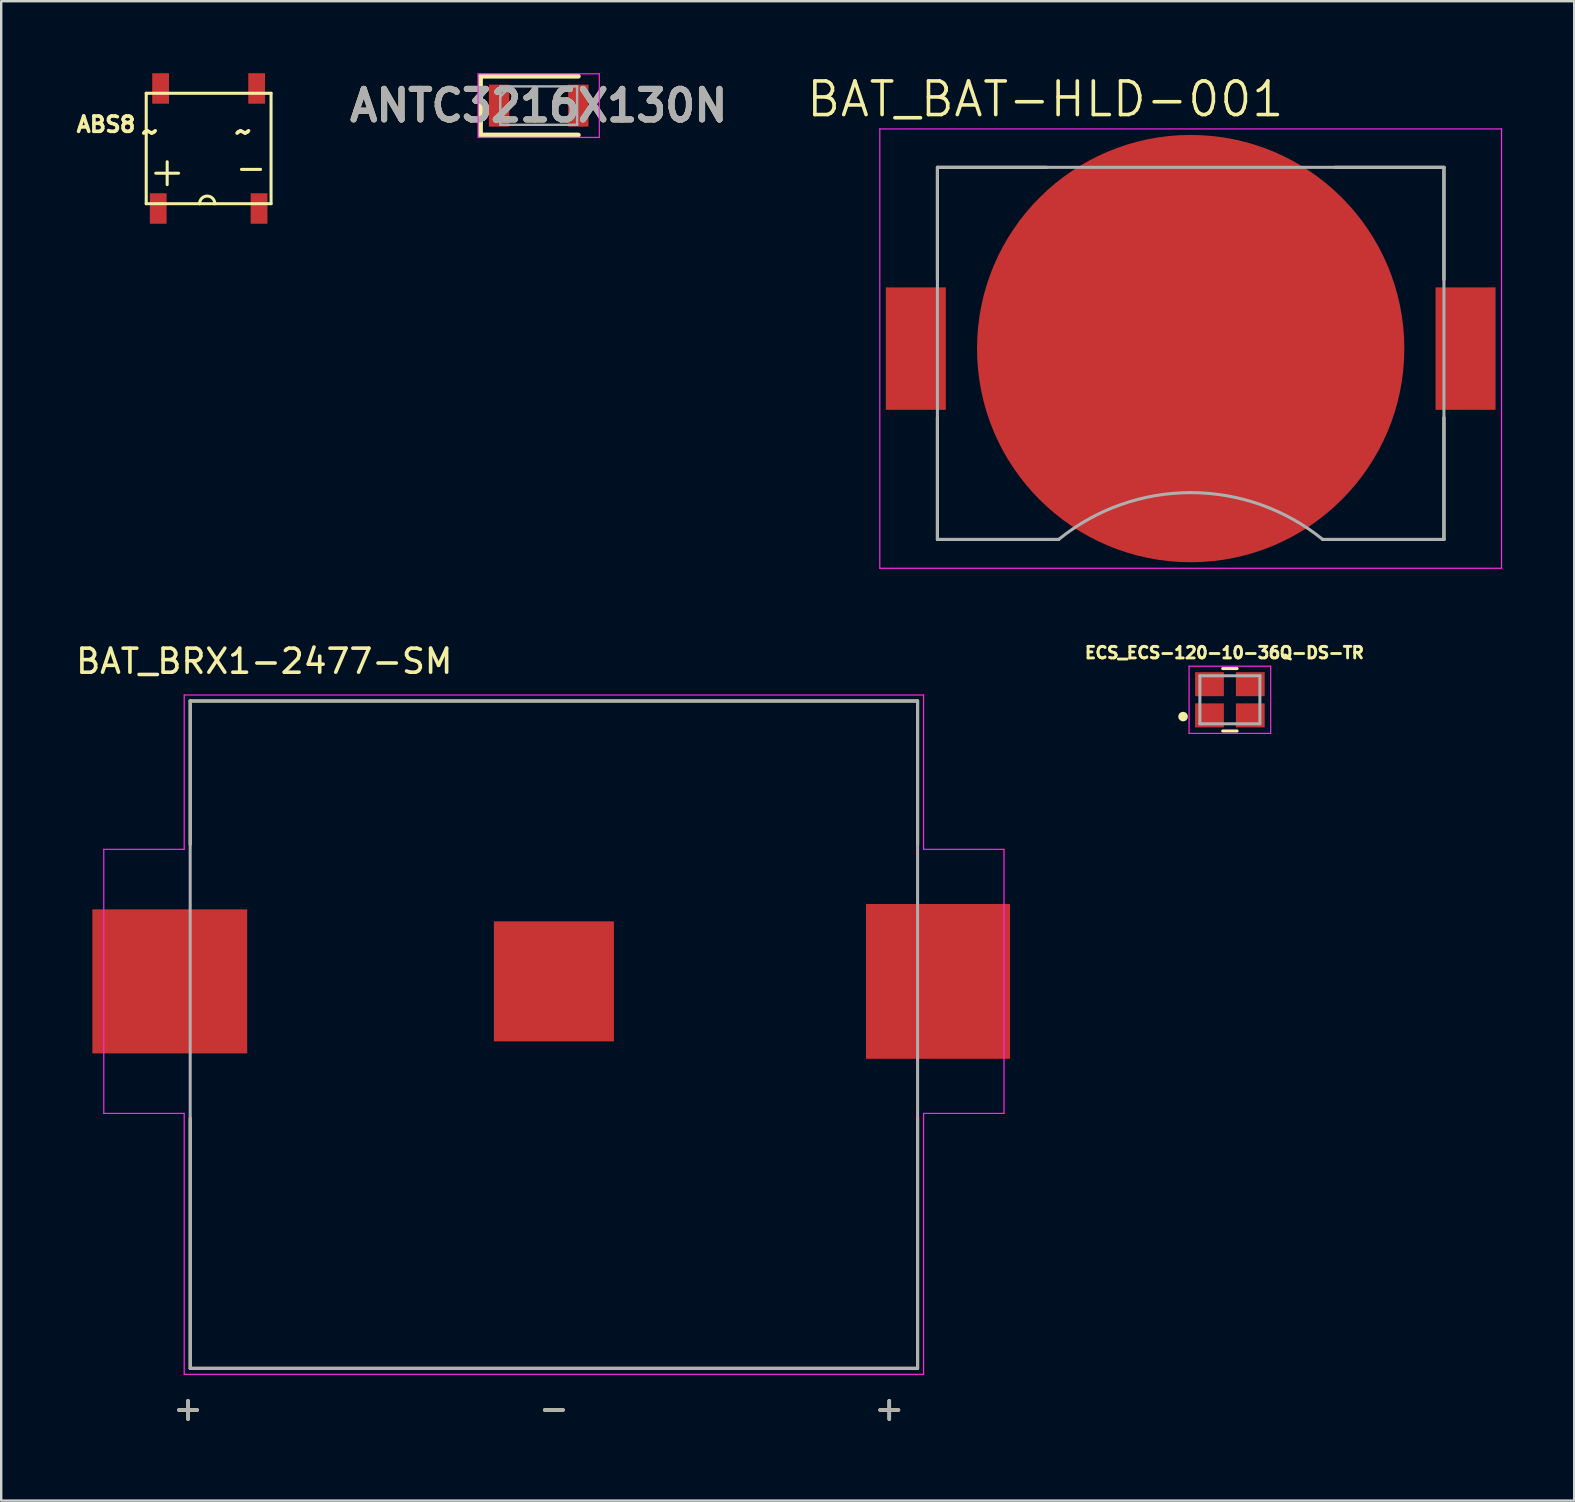
<source format=kicad_pcb>
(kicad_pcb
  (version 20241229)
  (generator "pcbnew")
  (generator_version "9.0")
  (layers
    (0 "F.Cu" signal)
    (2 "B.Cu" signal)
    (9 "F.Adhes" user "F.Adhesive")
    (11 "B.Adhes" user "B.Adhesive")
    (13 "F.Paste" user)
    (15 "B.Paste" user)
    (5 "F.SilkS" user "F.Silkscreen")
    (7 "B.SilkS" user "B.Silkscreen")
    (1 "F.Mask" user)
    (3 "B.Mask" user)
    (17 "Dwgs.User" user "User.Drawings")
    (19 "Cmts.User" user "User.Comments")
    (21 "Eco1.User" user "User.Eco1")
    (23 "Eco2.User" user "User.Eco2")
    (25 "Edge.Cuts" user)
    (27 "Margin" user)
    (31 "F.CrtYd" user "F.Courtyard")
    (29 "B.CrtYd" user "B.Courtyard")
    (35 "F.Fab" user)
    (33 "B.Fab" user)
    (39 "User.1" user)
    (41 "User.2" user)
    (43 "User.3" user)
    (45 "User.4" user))
  (footprint "ANTC3216X130N"
    (layer "F.Cu")
    (at 19.39 1.35)
    (property "Reference" "ANTC3216X130N" (at 0 0 0) (layer "F.SilkS") (effects (font (size 1.27 1.27) (thickness 0.254))))
    (attr smd)
    (fp_line (start -2.425 -1.225) (end -2.425 1.225) (stroke (width 0.2) (type solid)) (layer "F.SilkS"))
    (fp_line (start -2.425 1.225) (end 1.65 1.225) (stroke (width 0.2) (type solid)) (layer "F.SilkS"))
    (fp_line (start 1.65 -1.225) (end -2.425 -1.225) (stroke (width 0.2) (type solid)) (layer "F.SilkS"))
    (fp_line (start -2.525 -1.325) (end 2.525 -1.325) (stroke (width 0.05) (type solid)) (layer "F.CrtYd"))
    (fp_line (start -2.525 1.325) (end -2.525 -1.325) (stroke (width 0.05) (type solid)) (layer "F.CrtYd"))
    (fp_line (start 2.525 -1.325) (end 2.525 1.325) (stroke (width 0.05) (type solid)) (layer "F.CrtYd"))
    (fp_line (start 2.525 1.325) (end -2.525 1.325) (stroke (width 0.05) (type solid)) (layer "F.CrtYd"))
    (fp_line (start -1.6 -0.8) (end 1.6 -0.8) (stroke (width 0.1) (type solid)) (layer "F.Fab"))
    (fp_line (start -1.6 -0.375) (end -1.175 -0.8) (stroke (width 0.1) (type solid)) (layer "F.Fab"))
    (fp_line (start -1.6 0.8) (end -1.6 -0.8) (stroke (width 0.1) (type solid)) (layer "F.Fab"))
    (fp_line (start 1.6 -0.8) (end 1.6 0.8) (stroke (width 0.1) (type solid)) (layer "F.Fab"))
    (fp_line (start 1.6 0.8) (end -1.6 0.8) (stroke (width 0.1) (type solid)) (layer "F.Fab"))
    (fp_text user "${REFERENCE}" (at 0 0 0) (layer "F.Fab") (effects (font (size 1.27 1.27) (thickness 0.254))))
    (pad "1" smd rect (at -1.65 0) (size 0.85 1.75) (layers "F.Cu" "F.Mask" "F.Paste"))
    (pad "2" smd rect (at 1.65 0) (size 0.85 1.75) (layers "F.Cu" "F.Mask" "F.Paste")))
  (footprint "ABS8"
    (layer "F.Cu")
    (at 5.581 2.895)
    (property "Reference" "ABS8" (at -4.216 -0.762 180) (layer "F.SilkS") (effects (font (size 0.64 0.64) (thickness 0.15))))
    (attr smd)
    (fp_line (start -2.54 -2.06) (end 2.66 -2.06) (stroke (width 0.127) (type solid)) (layer "F.SilkS"))
    (fp_line (start -2.54 2.54) (end -2.54 -2.06) (stroke (width 0.127) (type solid)) (layer "F.SilkS"))
    (fp_line (start -2.143 1.27) (end -1.191 1.27) (stroke (width 0.127) (type solid)) (layer "F.SilkS"))
    (fp_line (start -1.667 0.794) (end -1.667 1.746) (stroke (width 0.127) (type solid)) (layer "F.SilkS"))
    (fp_line (start -0.318 2.54) (end -2.54 2.54) (stroke (width 0.127) (type solid)) (layer "F.SilkS"))
    (fp_line (start 0.318 2.54) (end -0.318 2.54) (stroke (width 0.127) (type solid)) (layer "F.SilkS"))
    (fp_line (start 1.429 1.111) (end 2.223 1.111) (stroke (width 0.127) (type solid)) (layer "F.SilkS"))
    (fp_line (start 2.66 -2.06) (end 2.66 2.54) (stroke (width 0.127) (type solid)) (layer "F.SilkS"))
    (fp_line (start 2.66 2.54) (end 0.318 2.54) (stroke (width 0.127) (type solid)) (layer "F.SilkS"))
    (fp_arc (start -0.3175 2.54) (mid 0 2.2225) (end 0.3175 2.54) (stroke (width 0.127) (type solid)) (layer "F.SilkS"))
    (fp_text user "~" (at 1.508 -0.476 0) (layer "F.SilkS") (effects (font (size 1 1) (thickness 0.15))))
    (fp_text user "~" (at -2.381 -0.476 0) (layer "F.SilkS") (effects (font (size 1 1) (thickness 0.15))))
    (pad "1" smd rect (at -2.04 2.74) (size 0.7 1.27) (layers "F.Cu" "F.Mask" "F.Paste"))
    (pad "2" smd rect (at -1.94 -2.26) (size 0.7 1.27) (layers "F.Cu" "F.Mask" "F.Paste"))
    (pad "3" smd rect (at 2.06 -2.26) (size 0.7 1.27) (layers "F.Cu" "F.Mask" "F.Paste"))
    (pad "4" smd rect (at 2.16 2.74) (size 0.7 1.27) (layers "F.Cu" "F.Mask" "F.Paste")))
  (footprint "ECS_ECS-120-10-36Q-DS-TR"
    (layer "F.Cu")
    (at 48.182 26.1)
    (property "Reference" "ECS_ECS-120-10-36Q-DS-TR" (at -0.227 -1.96 0) (layer "F.SilkS") (effects (font (size 0.481 0.481) (thickness 0.15))))
    (attr smd)
    (fp_line (start -0.3 -1.3) (end 0.3 -1.3) (stroke (width 0.127) (type solid)) (layer "F.SilkS"))
    (fp_line (start -0.3 1.3) (end 0.3 1.3) (stroke (width 0.127) (type solid)) (layer "F.SilkS"))
    (fp_circle (center -1.95 0.7) (end -1.85 0.7) (stroke (width 0.2) (type solid)) (fill no) (layer "F.SilkS"))
    (fp_line (start -1.7 -1.4) (end -1.7 1.4) (stroke (width 0.05) (type solid)) (layer "F.CrtYd"))
    (fp_line (start -1.7 1.4) (end 1.7 1.4) (stroke (width 0.05) (type solid)) (layer "F.CrtYd"))
    (fp_line (start 1.7 -1.4) (end -1.7 -1.4) (stroke (width 0.05) (type solid)) (layer "F.CrtYd"))
    (fp_line (start 1.7 1.4) (end 1.7 -1.4) (stroke (width 0.05) (type solid)) (layer "F.CrtYd"))
    (fp_line (start -1.25 -1) (end -1.25 1) (stroke (width 0.127) (type solid)) (layer "F.Fab"))
    (fp_line (start -1.25 1) (end 1.25 1) (stroke (width 0.127) (type solid)) (layer "F.Fab"))
    (fp_line (start 1.25 -1) (end -1.25 -1) (stroke (width 0.127) (type solid)) (layer "F.Fab"))
    (fp_line (start 1.25 1) (end 1.25 -1) (stroke (width 0.127) (type solid)) (layer "F.Fab"))
    (pad "1" smd rect (at -0.85 0.65) (size 1.2 1) (layers "F.Cu" "F.Mask" "F.Paste"))
    (pad "2" smd rect (at 0.85 0.65) (size 1.2 1) (layers "F.Cu" "F.Mask" "F.Paste"))
    (pad "3" smd rect (at 0.85 -0.65) (size 1.2 1) (layers "F.Cu" "F.Mask" "F.Paste"))
    (pad "4" smd rect (at -0.85 -0.65) (size 1.2 1) (layers "F.Cu" "F.Mask" "F.Paste")))
  (footprint "BAT_BRX1-2477-SM"
    (layer "F.Cu")
    (at 20.023 37.83)
    (property "Reference" "BAT_BRX1-2477-SM" (at -12.065 -13.335 0) (layer "F.SilkS") (effects (font (size 1 1) (thickness 0.15))))
    (attr smd)
    (fp_line (start -15.15 -11.68) (end -15.15 -5.7) (stroke (width 0.127) (type solid)) (layer "F.SilkS"))
    (fp_line (start -15.15 5.7) (end -15.15 16.12) (stroke (width 0.127) (type solid)) (layer "F.SilkS"))
    (fp_line (start -15.15 16.12) (end 15.15 16.12) (stroke (width 0.127) (type solid)) (layer "F.SilkS"))
    (fp_line (start 15.15 -11.68) (end -15.15 -11.68) (stroke (width 0.127) (type solid)) (layer "F.SilkS"))
    (fp_line (start 15.15 -5.7) (end 15.15 -11.68) (stroke (width 0.127) (type solid)) (layer "F.SilkS"))
    (fp_line (start 15.15 16.12) (end 15.15 5.7) (stroke (width 0.127) (type solid)) (layer "F.SilkS"))
    (fp_line (start -18.75 -5.5) (end -15.4 -5.5) (stroke (width 0.05) (type solid)) (layer "F.CrtYd"))
    (fp_line (start -18.75 5.5) (end -18.75 -5.5) (stroke (width 0.05) (type solid)) (layer "F.CrtYd"))
    (fp_line (start -15.4 -11.93) (end 15.4 -11.93) (stroke (width 0.05) (type solid)) (layer "F.CrtYd"))
    (fp_line (start -15.4 -5.5) (end -15.4 -11.93) (stroke (width 0.05) (type solid)) (layer "F.CrtYd"))
    (fp_line (start -15.4 5.5) (end -18.75 5.5) (stroke (width 0.05) (type solid)) (layer "F.CrtYd"))
    (fp_line (start -15.4 16.37) (end -15.4 5.5) (stroke (width 0.05) (type solid)) (layer "F.CrtYd"))
    (fp_line (start 15.4 -11.93) (end 15.4 -5.5) (stroke (width 0.05) (type solid)) (layer "F.CrtYd"))
    (fp_line (start 15.4 -5.5) (end 18.75 -5.5) (stroke (width 0.05) (type solid)) (layer "F.CrtYd"))
    (fp_line (start 15.4 5.5) (end 15.4 16.37) (stroke (width 0.05) (type solid)) (layer "F.CrtYd"))
    (fp_line (start 15.4 16.37) (end -15.4 16.37) (stroke (width 0.05) (type solid)) (layer "F.CrtYd"))
    (fp_line (start 18.75 -5.5) (end 18.75 5.5) (stroke (width 0.05) (type solid)) (layer "F.CrtYd"))
    (fp_line (start 18.75 5.5) (end 15.4 5.5) (stroke (width 0.05) (type solid)) (layer "F.CrtYd"))
    (fp_line (start -15.15 -11.68) (end -15.15 16.12) (stroke (width 0.127) (type solid)) (layer "F.Fab"))
    (fp_line (start -15.15 16.12) (end 15.15 16.12) (stroke (width 0.127) (type solid)) (layer "F.Fab"))
    (fp_line (start 15.15 -11.68) (end -15.15 -11.68) (stroke (width 0.127) (type solid)) (layer "F.Fab"))
    (fp_line (start 15.15 16.12) (end 15.15 -11.68) (stroke (width 0.127) (type solid)) (layer "F.Fab"))
    (fp_text user "+" (at -15.24 17.78 0) (layer "F.SilkS") (effects (font (size 1 1) (thickness 0.15))))
    (fp_text user "+" (at 13.97 17.78 0) (layer "F.SilkS") (effects (font (size 1 1) (thickness 0.15))))
    (fp_text user "-" (at 0 17.78 0) (layer "F.SilkS") (effects (font (size 1 1) (thickness 0.15))))
    (fp_text user "+" (at 13.97 17.78 0) (layer "F.Fab") (effects (font (size 1 1) (thickness 0.15))))
    (fp_text user "+" (at -15.24 17.78 0) (layer "F.Fab") (effects (font (size 1 1) (thickness 0.15))))
    (fp_text user "-" (at 0 17.78 0) (layer "F.Fab") (effects (font (size 1 1) (thickness 0.15))))
    (pad "-" smd rect (at 0 0) (size 5 5) (layers "F.Cu" "F.Mask"))
    (pad "1+" smd rect (at -16 0) (size 6.45 6) (layers "F.Cu" "F.Mask" "F.Paste"))
    (pad "2+" smd rect (at 16 0) (size 6 6.45) (layers "F.Cu" "F.Mask" "F.Paste")))
  (footprint "BAT_BAT-HLD-001"
    (layer "F.Cu")
    (at 46.549 11.471)
    (property "Reference" "BAT_BAT-HLD-001" (at -6.055 -10.389 0) (layer "F.SilkS") (effects (font (size 1.4 1.4) (thickness 0.15))))
    (attr smd)
    (fp_line (start -10.55 -7.55) (end -6 -7.55) (stroke (width 0.127) (type solid)) (layer "F.SilkS"))
    (fp_line (start -10.55 -2.87) (end -10.55 -7.55) (stroke (width 0.127) (type solid)) (layer "F.SilkS"))
    (fp_line (start -10.55 2.87) (end -10.55 7.95) (stroke (width 0.127) (type solid)) (layer "F.SilkS"))
    (fp_line (start -10.55 7.95) (end -5.5 7.95) (stroke (width 0.127) (type solid)) (layer "F.SilkS"))
    (fp_line (start 5.5 7.95) (end 10.55 7.95) (stroke (width 0.127) (type solid)) (layer "F.SilkS"))
    (fp_line (start 6 -7.55) (end 10.55 -7.55) (stroke (width 0.127) (type solid)) (layer "F.SilkS"))
    (fp_line (start 10.55 -7.55) (end 10.55 -2.87) (stroke (width 0.127) (type solid)) (layer "F.SilkS"))
    (fp_line (start 10.55 7.95) (end 10.55 2.87) (stroke (width 0.127) (type solid)) (layer "F.SilkS"))
    (fp_line (start -12.95 -9.15) (end 12.95 -9.15) (stroke (width 0.05) (type solid)) (layer "F.CrtYd"))
    (fp_line (start -12.95 9.15) (end -12.95 -9.15) (stroke (width 0.05) (type solid)) (layer "F.CrtYd"))
    (fp_line (start 12.95 -9.15) (end 12.95 9.15) (stroke (width 0.05) (type solid)) (layer "F.CrtYd"))
    (fp_line (start 12.95 9.15) (end -12.95 9.15) (stroke (width 0.05) (type solid)) (layer "F.CrtYd"))
    (fp_line (start -10.55 -7.55) (end 10.55 -7.55) (stroke (width 0.127) (type solid)) (layer "F.Fab"))
    (fp_line (start -10.55 7.95) (end -10.55 -7.55) (stroke (width 0.127) (type solid)) (layer "F.Fab"))
    (fp_line (start -5.5 7.95) (end -10.55 7.95) (stroke (width 0.127) (type solid)) (layer "F.Fab"))
    (fp_line (start 10.55 -7.55) (end 10.55 7.95) (stroke (width 0.127) (type solid)) (layer "F.Fab"))
    (fp_line (start 10.55 7.95) (end 5.5 7.95) (stroke (width 0.127) (type solid)) (layer "F.Fab"))
    (fp_arc (start -5.5 7.95) (mid -2.917726 6.501926) (end 0 6) (stroke (width 0.127) (type solid)) (layer "F.Fab"))
    (fp_arc (start 0 6) (mid 2.917726 6.501926) (end 5.5 7.95) (stroke (width 0.127) (type solid)) (layer "F.Fab"))
    (pad "N1" smd circle (at 0 0) (size 17.8 17.8) (layers "F.Cu" "F.Mask"))
    (pad "P1" smd rect (at -11.45 0) (size 2.5 5.1) (layers "F.Cu" "F.Mask" "F.Paste"))
    (pad "P2" smd rect (at 11.45 0) (size 2.5 5.1) (layers "F.Cu" "F.Mask" "F.Paste")))
  (gr_rect
    (start -3 -3)
    (end 62.524 59.458)
    (stroke (width 0.1) (type default))
    (fill no)
    (layer "Edge.Cuts")))
</source>
